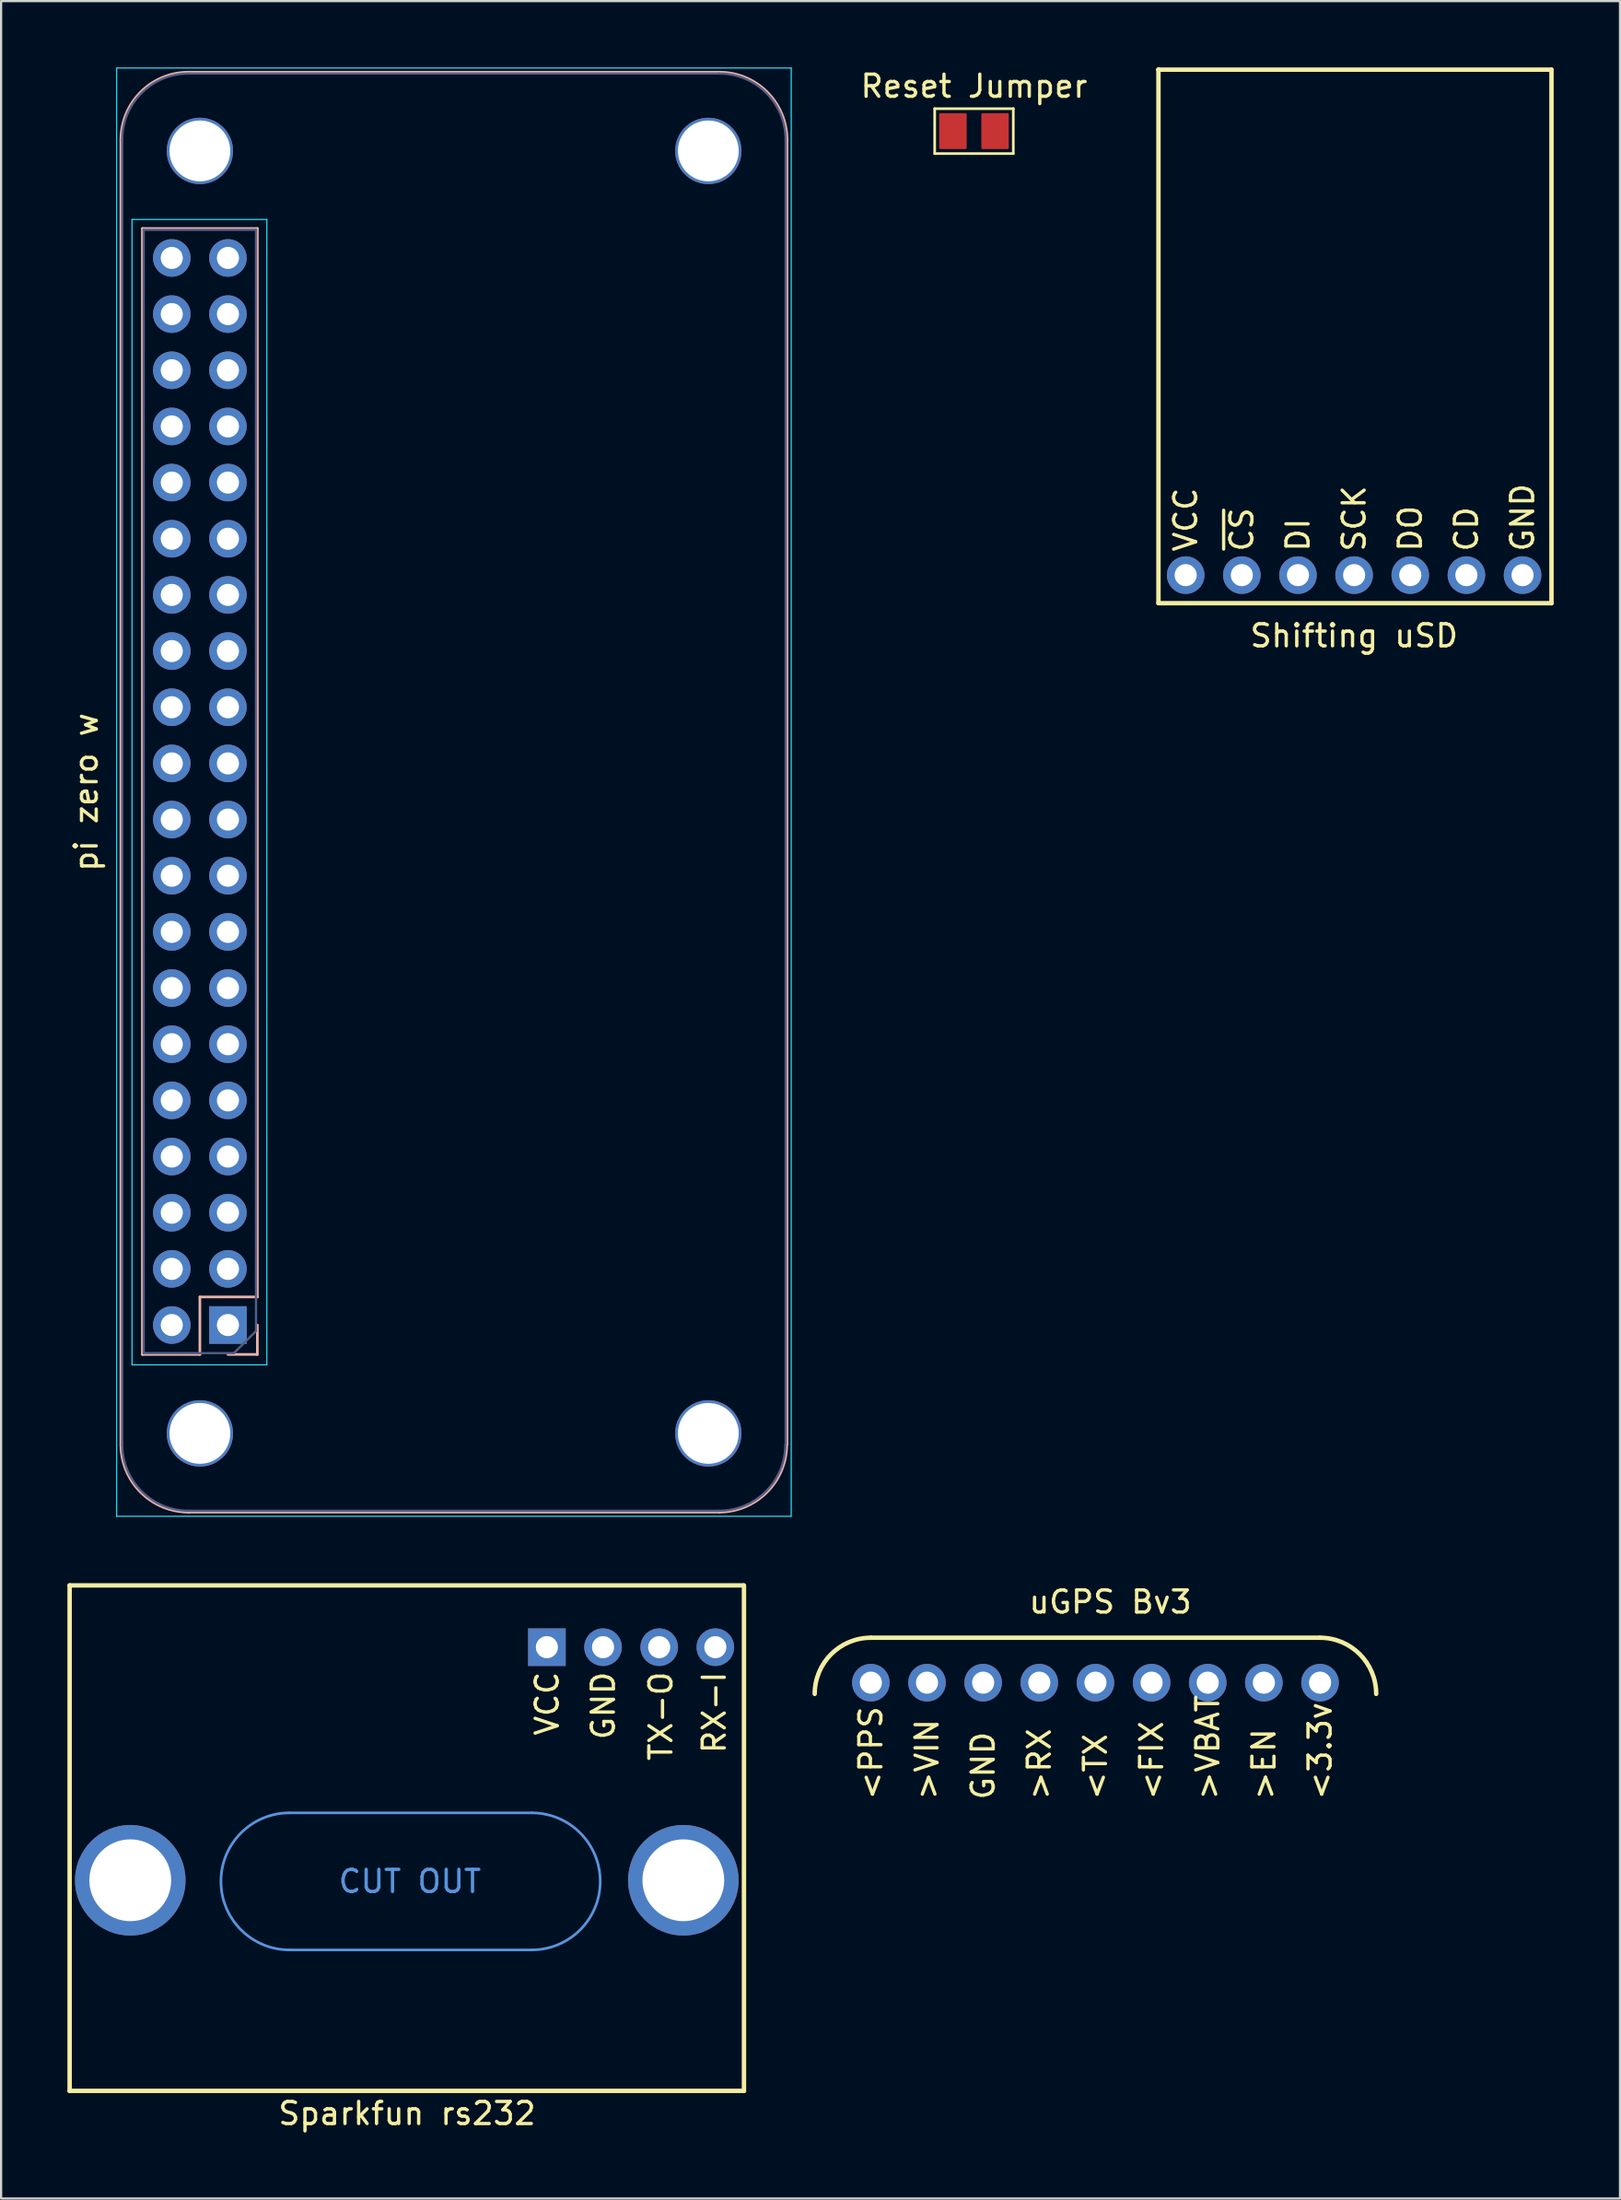
<source format=kicad_pcb>
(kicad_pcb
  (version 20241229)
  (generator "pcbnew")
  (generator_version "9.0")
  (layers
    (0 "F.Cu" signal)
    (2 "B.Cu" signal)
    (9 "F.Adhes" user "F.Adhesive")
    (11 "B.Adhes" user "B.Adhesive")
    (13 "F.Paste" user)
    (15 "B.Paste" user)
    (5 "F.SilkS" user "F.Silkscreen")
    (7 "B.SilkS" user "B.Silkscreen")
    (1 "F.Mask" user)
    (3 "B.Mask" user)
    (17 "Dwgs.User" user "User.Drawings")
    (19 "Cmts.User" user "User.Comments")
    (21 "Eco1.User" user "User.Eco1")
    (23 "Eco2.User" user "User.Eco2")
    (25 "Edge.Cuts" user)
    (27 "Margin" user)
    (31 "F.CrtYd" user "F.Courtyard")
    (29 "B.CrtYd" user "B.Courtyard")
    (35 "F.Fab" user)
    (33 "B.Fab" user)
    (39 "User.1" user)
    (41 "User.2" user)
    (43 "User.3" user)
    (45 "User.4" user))
  (footprint "uGPS Bv3"
    (layer "F.Cu")
    (at 46.505 70.92)
    (property "Reference" "uGPS Bv3" (at 0.673 -1.522 180) (layer "F.SilkS") (effects (font (size 1 1) (thickness 0.15))))
    (attr through_hole)
    (fp_line (start 10.16 0.097) (end -10.16 0.097) (stroke (width 0.2) (type solid)) (layer "F.SilkS"))
    (fp_arc (start -12.7 2.6369) (mid -11.956051 0.840849) (end -10.16 0.0969) (stroke (width 0.2) (type solid)) (layer "F.SilkS"))
    (fp_arc (start 10.16 0.0969) (mid 11.956051 0.840849) (end 12.7 2.6369) (stroke (width 0.2) (type solid)) (layer "F.SilkS"))
    (fp_text user ">RX" (at -2.54 7.506 270) (layer "F.SilkS") (effects (font (size 1 1) (thickness 0.15)) (justify left)))
    (fp_text user ">VBAT" (at 5.08 7.506 270) (layer "F.SilkS") (effects (font (size 1 1) (thickness 0.15)) (justify left)))
    (fp_text user ">VIN" (at -7.62 7.506 270) (layer "F.SilkS") (effects (font (size 1 1) (thickness 0.15)) (justify left)))
    (fp_text user "<TX" (at 0 7.506 270) (layer "F.SilkS") (effects (font (size 1 1) (thickness 0.15)) (justify left)))
    (fp_text user "GND" (at -5.08 7.506 270) (layer "F.SilkS") (effects (font (size 1 1) (thickness 0.15)) (justify left)))
    (fp_text user "<FIX" (at 2.54 7.506 270) (layer "F.SilkS") (effects (font (size 1 1) (thickness 0.15)) (justify left)))
    (fp_text user "<3.3v" (at 10.16 7.506 270) (layer "F.SilkS") (effects (font (size 1 1) (thickness 0.15)) (justify left)))
    (fp_text user ">EN" (at 7.62 7.506 270) (layer "F.SilkS") (effects (font (size 1 1) (thickness 0.15)) (justify left)))
    (fp_text user "<PPS" (at -10.16 7.506 270) (layer "F.SilkS") (effects (font (size 1 1) (thickness 0.15)) (justify left)))
    (pad "1" thru_hole oval (at 10.16 2.129 270) (size 1.7 1.7) (drill 1) (layers "*.Cu" "*.Mask"))
    (pad "2" thru_hole oval (at 7.62 2.129 270) (size 1.7 1.7) (drill 1) (layers "*.Cu" "*.Mask"))
    (pad "3" thru_hole oval (at 5.08 2.129 270) (size 1.7 1.7) (drill 1) (layers "*.Cu" "*.Mask"))
    (pad "4" thru_hole oval (at 2.54 2.129 270) (size 1.7 1.7) (drill 1) (layers "*.Cu" "*.Mask"))
    (pad "5" thru_hole oval (at 0 2.129 270) (size 1.7 1.7) (drill 1) (layers "*.Cu" "*.Mask"))
    (pad "6" thru_hole oval (at -2.54 2.129 270) (size 1.7 1.7) (drill 1) (layers "*.Cu" "*.Mask"))
    (pad "7" thru_hole oval (at -5.08 2.129 270) (size 1.7 1.7) (drill 1) (layers "*.Cu" "*.Mask"))
    (pad "8" thru_hole oval (at -7.62 2.129 270) (size 1.7 1.7) (drill 1) (layers "*.Cu" "*.Mask"))
    (pad "9" thru_hole oval (at -10.16 2.129 270) (size 1.7 1.7) (drill 1) (layers "*.Cu" "*.Mask")))
  (footprint "Reset Jumper"
    (layer "F.Cu")
    (at 41.011 2.88)
    (property "Reference" "Reset Jumper" (at 0 -2.032 0) (layer "F.SilkS") (effects (font (size 1 1) (thickness 0.15))))
    (attr through_hole)
    (fp_line (start -1.778 -1.016) (end -1.778 1.016) (stroke (width 0.12) (type solid)) (layer "F.SilkS"))
    (fp_line (start -1.778 1.016) (end 1.778 1.016) (stroke (width 0.12) (type solid)) (layer "F.SilkS"))
    (fp_line (start 1.778 -1.016) (end -1.778 -1.016) (stroke (width 0.12) (type solid)) (layer "F.SilkS"))
    (fp_line (start 1.778 1.016) (end 1.778 -1.016) (stroke (width 0.12) (type solid)) (layer "F.SilkS"))
    (pad "1" smd custom (at -1.016 0) (size 1 1.524) (layers "F.Cu" "F.Mask" "F.Paste") (options (anchor rect)) (primitives (gr_poly (pts (xy 0.635 0.762) (xy -0.508 0.762) (xy -0.508 -0.762) (xy 0.635 -0.762)) (width 0.1) (fill yes))))
    (pad "2" smd custom (at 1.016 0) (size 1 1.524) (layers "F.Cu" "F.Mask" "F.Paste") (options (anchor rect)) (primitives (gr_poly (pts (xy 0.508 0.762) (xy -0.635 0.762) (xy -0.635 -0.762) (xy 0.508 -0.762)) (width 0.1) (fill yes)))))
  (footprint "pi zero w"
    (layer "F.Cu")
    (at 17.485 32.775)
    (property "Reference" "pi zero w" (at -16.637 0 90) (layer "F.SilkS") (effects (font (size 1 1) (thickness 0.15))))
    (attr through_hole)
    (fp_line (start -15.066 -29.5) (end -15.066 29.5) (stroke (width 0.12) (type solid)) (layer "B.SilkS"))
    (fp_line (start -14.094 -25.49) (end -8.893 -25.49) (stroke (width 0.12) (type solid)) (layer "B.SilkS"))
    (fp_line (start -14.094 25.43) (end -14.094 -25.49) (stroke (width 0.12) (type solid)) (layer "B.SilkS"))
    (fp_line (start -14.094 25.43) (end -11.493 25.43) (stroke (width 0.12) (type solid)) (layer "B.SilkS"))
    (fp_line (start -12.006 32.56) (end 11.994 32.56) (stroke (width 0.12) (type solid)) (layer "B.SilkS"))
    (fp_line (start -11.993 -32.56) (end 12.007 -32.56) (stroke (width 0.12) (type solid)) (layer "B.SilkS"))
    (fp_line (start -11.493 22.83) (end -8.893 22.83) (stroke (width 0.12) (type solid)) (layer "B.SilkS"))
    (fp_line (start -11.493 25.43) (end -11.493 22.83) (stroke (width 0.12) (type solid)) (layer "B.SilkS"))
    (fp_line (start -10.223 25.43) (end -8.893 25.43) (stroke (width 0.12) (type solid)) (layer "B.SilkS"))
    (fp_line (start -8.893 22.83) (end -8.893 -25.49) (stroke (width 0.12) (type solid)) (layer "B.SilkS"))
    (fp_line (start -8.893 25.43) (end -8.893 24.1) (stroke (width 0.12) (type solid)) (layer "B.SilkS"))
    (fp_line (start 15.066 -29.5) (end 15.066 29.5) (stroke (width 0.12) (type solid)) (layer "B.SilkS"))
    (fp_arc (start -15.0662 -29.5) (mid -14.169947 -31.663747) (end -12.0062 -32.56) (stroke (width 0.12) (type solid)) (layer "B.SilkS"))
    (fp_arc (start -12.0062 32.56) (mid -14.169947 31.663747) (end -15.0662 29.5) (stroke (width 0.12) (type solid)) (layer "B.SilkS"))
    (fp_arc (start 12.0065 -32.56) (mid 14.170247 -31.663747) (end 15.0665 -29.5) (stroke (width 0.12) (type solid)) (layer "B.SilkS"))
    (fp_arc (start 15.0538 29.5) (mid 14.157547 31.663747) (end 11.9938 32.56) (stroke (width 0.12) (type solid)) (layer "B.SilkS"))
    (fp_line (start -15.256 -32.75) (end -15.256 32.75) (stroke (width 0.05) (type solid)) (layer "B.CrtYd"))
    (fp_line (start -15.256 32.75) (end 15.244 32.75) (stroke (width 0.05) (type solid)) (layer "B.CrtYd"))
    (fp_line (start -15.243 -32.75) (end 15.257 -32.75) (stroke (width 0.05) (type solid)) (layer "B.CrtYd"))
    (fp_line (start -14.563 -25.9) (end -14.563 25.9) (stroke (width 0.05) (type solid)) (layer "B.CrtYd"))
    (fp_line (start -14.563 25.9) (end -8.463 25.9) (stroke (width 0.05) (type solid)) (layer "B.CrtYd"))
    (fp_line (start -8.463 -25.9) (end -14.563 -25.9) (stroke (width 0.05) (type solid)) (layer "B.CrtYd"))
    (fp_line (start -8.463 25.9) (end -8.463 -25.9) (stroke (width 0.05) (type solid)) (layer "B.CrtYd"))
    (fp_line (start 15.257 -32.75) (end 15.257 32.75) (stroke (width 0.05) (type solid)) (layer "B.CrtYd"))
    (fp_line (start -15.006 -29.5) (end -15.006 29.5) (stroke (width 0.1) (type solid)) (layer "B.Fab"))
    (fp_line (start -14.034 -25.43) (end -14.034 25.37) (stroke (width 0.1) (type solid)) (layer "B.Fab"))
    (fp_line (start -14.034 25.37) (end -9.954 25.37) (stroke (width 0.1) (type solid)) (layer "B.Fab"))
    (fp_line (start -12.006 32.5) (end 11.994 32.5) (stroke (width 0.1) (type solid)) (layer "B.Fab"))
    (fp_line (start -9.954 25.37) (end -8.954 24.37) (stroke (width 0.1) (type solid)) (layer "B.Fab"))
    (fp_line (start -8.954 -25.43) (end -14.034 -25.43) (stroke (width 0.1) (type solid)) (layer "B.Fab"))
    (fp_line (start -8.954 24.37) (end -8.954 -25.43) (stroke (width 0.1) (type solid)) (layer "B.Fab"))
    (fp_line (start 12.007 -32.5) (end -11.993 -32.5) (stroke (width 0.1) (type solid)) (layer "B.Fab"))
    (fp_line (start 15.007 -29.5) (end 15.007 29.5) (stroke (width 0.1) (type solid)) (layer "B.Fab"))
    (fp_arc (start -15.0062 -29.5) (mid -14.12752 -31.62132) (end -12.0062 -32.5) (stroke (width 0.1) (type solid)) (layer "B.Fab"))
    (fp_arc (start -12.0062 32.5) (mid -14.12752 31.62132) (end -15.0062 29.5) (stroke (width 0.1) (type solid)) (layer "B.Fab"))
    (fp_arc (start 12.0065 -32.5) (mid 14.12782 -31.62132) (end 15.0065 -29.5) (stroke (width 0.1) (type solid)) (layer "B.Fab"))
    (fp_arc (start 14.9938 29.5) (mid 14.11512 31.62132) (end 11.9938 32.5) (stroke (width 0.1) (type solid)) (layer "B.Fab"))
    (pad "" thru_hole circle (at -11.493 -29 90) (size 3 3) (drill 2.75) (layers "*.Cu" "*.Mask"))
    (pad "" thru_hole circle (at -11.493 29 90) (size 3 3) (drill 2.75) (layers "*.Cu" "*.Mask"))
    (pad "" thru_hole circle (at 11.507 -29 90) (size 3 3) (drill 2.75) (layers "*.Cu" "*.Mask"))
    (pad "" thru_hole circle (at 11.507 29 90) (size 3 3) (drill 2.75) (layers "*.Cu" "*.Mask"))
    (pad "1" thru_hole rect (at -10.223 24.1) (size 1.7 1.7) (drill 1) (layers "*.Cu" "*.Mask"))
    (pad "2" thru_hole oval (at -12.764 24.1) (size 1.7 1.7) (drill 1) (layers "*.Cu" "*.Mask"))
    (pad "3" thru_hole oval (at -10.223 21.56) (size 1.7 1.7) (drill 1) (layers "*.Cu" "*.Mask"))
    (pad "4" thru_hole oval (at -12.764 21.56) (size 1.7 1.7) (drill 1) (layers "*.Cu" "*.Mask"))
    (pad "5" thru_hole oval (at -10.223 19.02) (size 1.7 1.7) (drill 1) (layers "*.Cu" "*.Mask"))
    (pad "6" thru_hole oval (at -12.764 19.02) (size 1.7 1.7) (drill 1) (layers "*.Cu" "*.Mask"))
    (pad "7" thru_hole oval (at -10.223 16.48) (size 1.7 1.7) (drill 1) (layers "*.Cu" "*.Mask"))
    (pad "8" thru_hole oval (at -12.764 16.48) (size 1.7 1.7) (drill 1) (layers "*.Cu" "*.Mask"))
    (pad "9" thru_hole oval (at -10.223 13.94) (size 1.7 1.7) (drill 1) (layers "*.Cu" "*.Mask"))
    (pad "10" thru_hole oval (at -12.764 13.94) (size 1.7 1.7) (drill 1) (layers "*.Cu" "*.Mask"))
    (pad "11" thru_hole oval (at -10.223 11.4) (size 1.7 1.7) (drill 1) (layers "*.Cu" "*.Mask"))
    (pad "12" thru_hole oval (at -12.764 11.4) (size 1.7 1.7) (drill 1) (layers "*.Cu" "*.Mask"))
    (pad "13" thru_hole oval (at -10.223 8.86) (size 1.7 1.7) (drill 1) (layers "*.Cu" "*.Mask"))
    (pad "14" thru_hole oval (at -12.764 8.86) (size 1.7 1.7) (drill 1) (layers "*.Cu" "*.Mask"))
    (pad "15" thru_hole oval (at -10.223 6.32) (size 1.7 1.7) (drill 1) (layers "*.Cu" "*.Mask"))
    (pad "16" thru_hole oval (at -12.764 6.32) (size 1.7 1.7) (drill 1) (layers "*.Cu" "*.Mask"))
    (pad "17" thru_hole oval (at -10.223 3.78) (size 1.7 1.7) (drill 1) (layers "*.Cu" "*.Mask"))
    (pad "18" thru_hole oval (at -12.764 3.78) (size 1.7 1.7) (drill 1) (layers "*.Cu" "*.Mask"))
    (pad "19" thru_hole oval (at -10.223 1.24) (size 1.7 1.7) (drill 1) (layers "*.Cu" "*.Mask"))
    (pad "20" thru_hole oval (at -12.764 1.24) (size 1.7 1.7) (drill 1) (layers "*.Cu" "*.Mask"))
    (pad "21" thru_hole oval (at -10.223 -1.3) (size 1.7 1.7) (drill 1) (layers "*.Cu" "*.Mask"))
    (pad "22" thru_hole oval (at -12.764 -1.3) (size 1.7 1.7) (drill 1) (layers "*.Cu" "*.Mask"))
    (pad "23" thru_hole oval (at -10.223 -3.84) (size 1.7 1.7) (drill 1) (layers "*.Cu" "*.Mask"))
    (pad "24" thru_hole oval (at -12.764 -3.84) (size 1.7 1.7) (drill 1) (layers "*.Cu" "*.Mask"))
    (pad "25" thru_hole oval (at -10.223 -6.38) (size 1.7 1.7) (drill 1) (layers "*.Cu" "*.Mask"))
    (pad "26" thru_hole oval (at -12.764 -6.38) (size 1.7 1.7) (drill 1) (layers "*.Cu" "*.Mask"))
    (pad "27" thru_hole oval (at -10.223 -8.92) (size 1.7 1.7) (drill 1) (layers "*.Cu" "*.Mask"))
    (pad "28" thru_hole oval (at -12.764 -8.92) (size 1.7 1.7) (drill 1) (layers "*.Cu" "*.Mask"))
    (pad "29" thru_hole oval (at -10.223 -11.46) (size 1.7 1.7) (drill 1) (layers "*.Cu" "*.Mask"))
    (pad "30" thru_hole oval (at -12.764 -11.46) (size 1.7 1.7) (drill 1) (layers "*.Cu" "*.Mask"))
    (pad "31" thru_hole oval (at -10.223 -14) (size 1.7 1.7) (drill 1) (layers "*.Cu" "*.Mask"))
    (pad "32" thru_hole oval (at -12.764 -14) (size 1.7 1.7) (drill 1) (layers "*.Cu" "*.Mask"))
    (pad "33" thru_hole oval (at -10.223 -16.54) (size 1.7 1.7) (drill 1) (layers "*.Cu" "*.Mask"))
    (pad "34" thru_hole oval (at -12.764 -16.54) (size 1.7 1.7) (drill 1) (layers "*.Cu" "*.Mask"))
    (pad "35" thru_hole oval (at -10.223 -19.08) (size 1.7 1.7) (drill 1) (layers "*.Cu" "*.Mask"))
    (pad "36" thru_hole oval (at -12.764 -19.08) (size 1.7 1.7) (drill 1) (layers "*.Cu" "*.Mask"))
    (pad "37" thru_hole oval (at -10.223 -21.62) (size 1.7 1.7) (drill 1) (layers "*.Cu" "*.Mask"))
    (pad "38" thru_hole oval (at -12.764 -21.62) (size 1.7 1.7) (drill 1) (layers "*.Cu" "*.Mask"))
    (pad "39" thru_hole oval (at -10.223 -24.16) (size 1.7 1.7) (drill 1) (layers "*.Cu" "*.Mask"))
    (pad "40" thru_hole oval (at -12.764 -24.16) (size 1.7 1.7) (drill 1) (layers "*.Cu" "*.Mask")))
  (footprint "Sparkfun rs232"
    (layer "F.Cu")
    (at 15.238 80.08)
    (property "Reference" "Sparkfun rs232" (at 0.127 12.451 0) (layer "F.SilkS") (effects (font (size 1 1) (thickness 0.15))))
    (attr through_hole)
    (fp_line (start -15.138 -11.43) (end 15.342 -11.43) (stroke (width 0.2) (type solid)) (layer "F.SilkS"))
    (fp_line (start -15.138 11.43) (end -15.138 -11.43) (stroke (width 0.2) (type solid)) (layer "F.SilkS"))
    (fp_line (start 15.367 -11.43) (end 15.367 11.43) (stroke (width 0.2) (type solid)) (layer "F.SilkS"))
    (fp_line (start 15.367 11.43) (end -15.138 11.43) (stroke (width 0.2) (type solid)) (layer "F.SilkS"))
    (fp_line (start -5.194 -1.143) (end 5.766 -1.143) (stroke (width 0.12) (type solid)) (layer "Cmts.User"))
    (fp_line (start -5.194 5.055) (end 5.766 5.055) (stroke (width 0.12) (type solid)) (layer "Cmts.User"))
    (fp_arc (start -5.1943 5.0546) (mid -8.2931 1.9558) (end -5.1943 -1.143) (stroke (width 0.12) (type solid)) (layer "Cmts.User"))
    (fp_arc (start 5.7658 -1.143) (mid 8.8646 1.9558) (end 5.7658 5.0546) (stroke (width 0.12) (type solid)) (layer "Cmts.User"))
    (fp_text user "GND" (at 9.004 -7.612 90) (layer "F.SilkS") (effects (font (size 1 1) (thickness 0.15)) (justify right)))
    (fp_text user "RX-I" (at 14.021 -7.612 90) (layer "F.SilkS") (effects (font (size 1 1) (thickness 0.15)) (justify right)))
    (fp_text user "VCC" (at 6.464 -7.612 90) (layer "F.SilkS") (effects (font (size 1 1) (thickness 0.15)) (justify right)))
    (fp_text user "TX-O" (at 11.608 -7.612 90) (layer "F.SilkS") (effects (font (size 1 1) (thickness 0.15)) (justify right)))
    (fp_text user "CUT OUT" (at 0.254 1.956 0) (layer "Cmts.User") (effects (font (size 1 1) (thickness 0.15))))
    (pad "1" thru_hole rect (at 6.452 -8.636 90) (size 1.7 1.7) (drill 1) (layers "*.Cu" "*.Mask"))
    (pad "2" thru_hole circle (at -12.395 1.905 90) (size 5 5) (drill 3.7) (layers "*.Cu" "*.Mask"))
    (pad "2" thru_hole oval (at 8.992 -8.636 90) (size 1.7 1.7) (drill 1) (layers "*.Cu" "*.Mask"))
    (pad "2" thru_hole circle (at 12.624 1.905 90) (size 5 5) (drill 3.7) (layers "*.Cu" "*.Mask"))
    (pad "3" thru_hole oval (at 11.532 -8.636 90) (size 1.7 1.7) (drill 1) (layers "*.Cu" "*.Mask"))
    (pad "4" thru_hole oval (at 14.072 -8.636 90) (size 1.7 1.7) (drill 1) (layers "*.Cu" "*.Mask")))
  (footprint "Shifting uSD"
    (layer "F.Cu")
    (at 58.207 11.701)
    (property "Reference" "Shifting uSD" (at 0 14 0) (layer "F.SilkS") (effects (font (size 1 1) (thickness 0.15))))
    (attr through_hole)
    (fp_line (start -8.852 -11.601) (end -8.852 -11.601) (stroke (width 0.2) (type solid)) (layer "F.SilkS"))
    (fp_line (start -8.852 -11.601) (end 8.928 -11.601) (stroke (width 0.2) (type solid)) (layer "F.SilkS"))
    (fp_line (start -8.852 12.527) (end -8.852 -11.601) (stroke (width 0.2) (type solid)) (layer "F.SilkS"))
    (fp_line (start 8.928 -11.601) (end 8.928 12.529) (stroke (width 0.2) (type solid)) (layer "F.SilkS"))
    (fp_line (start 8.928 12.529) (end -8.852 12.527) (stroke (width 0.2) (type solid)) (layer "F.SilkS"))
    (fp_text user "DI" (at -2.54 10.277 90) (layer "F.SilkS") (effects (font (size 1 1) (thickness 0.15)) (justify left)))
    (fp_text user "~{CS}" (at -5.08 10.277 90) (layer "F.SilkS") (effects (font (size 1 1) (thickness 0.15)) (justify left)))
    (fp_text user "CD" (at 5.08 10.277 90) (layer "F.SilkS") (effects (font (size 1 1) (thickness 0.15)) (justify left)))
    (fp_text user "DO" (at 2.54 10.277 90) (layer "F.SilkS") (effects (font (size 1 1) (thickness 0.15)) (justify left)))
    (fp_text user "GND" (at 7.62 10.277 90) (layer "F.SilkS") (effects (font (size 1 1) (thickness 0.15)) (justify left)))
    (fp_text user "VCC" (at -7.62 10.277 90) (layer "F.SilkS") (effects (font (size 1 1) (thickness 0.15)) (justify left)))
    (fp_text user "SCK" (at 0.000001 10.277 90) (layer "F.SilkS") (effects (font (size 1 1) (thickness 0.15)) (justify left)))
    (pad "1" thru_hole oval (at -7.62 11.259 90) (size 1.7 1.7) (drill 1) (layers "*.Cu" "*.Mask"))
    (pad "2" thru_hole oval (at -5.08 11.259 90) (size 1.7 1.7) (drill 1) (layers "*.Cu" "*.Mask"))
    (pad "3" thru_hole oval (at -2.54 11.259 90) (size 1.7 1.7) (drill 1) (layers "*.Cu" "*.Mask"))
    (pad "4" thru_hole oval (at 0 11.259 90) (size 1.7 1.7) (drill 1) (layers "*.Cu" "*.Mask"))
    (pad "5" thru_hole oval (at 2.54 11.259 90) (size 1.7 1.7) (drill 1) (layers "*.Cu" "*.Mask"))
    (pad "6" thru_hole oval (at 5.08 11.259 90) (size 1.7 1.7) (drill 1) (layers "*.Cu" "*.Mask"))
    (pad "7" thru_hole oval (at 7.62 11.259 90) (size 1.7 1.7) (drill 1) (layers "*.Cu" "*.Mask")))
  (gr_rect
    (start -3 -3)
    (end 70.235 96.379)
    (stroke (width 0.1) (type default))
    (fill no)
    (layer "Edge.Cuts")))
</source>
